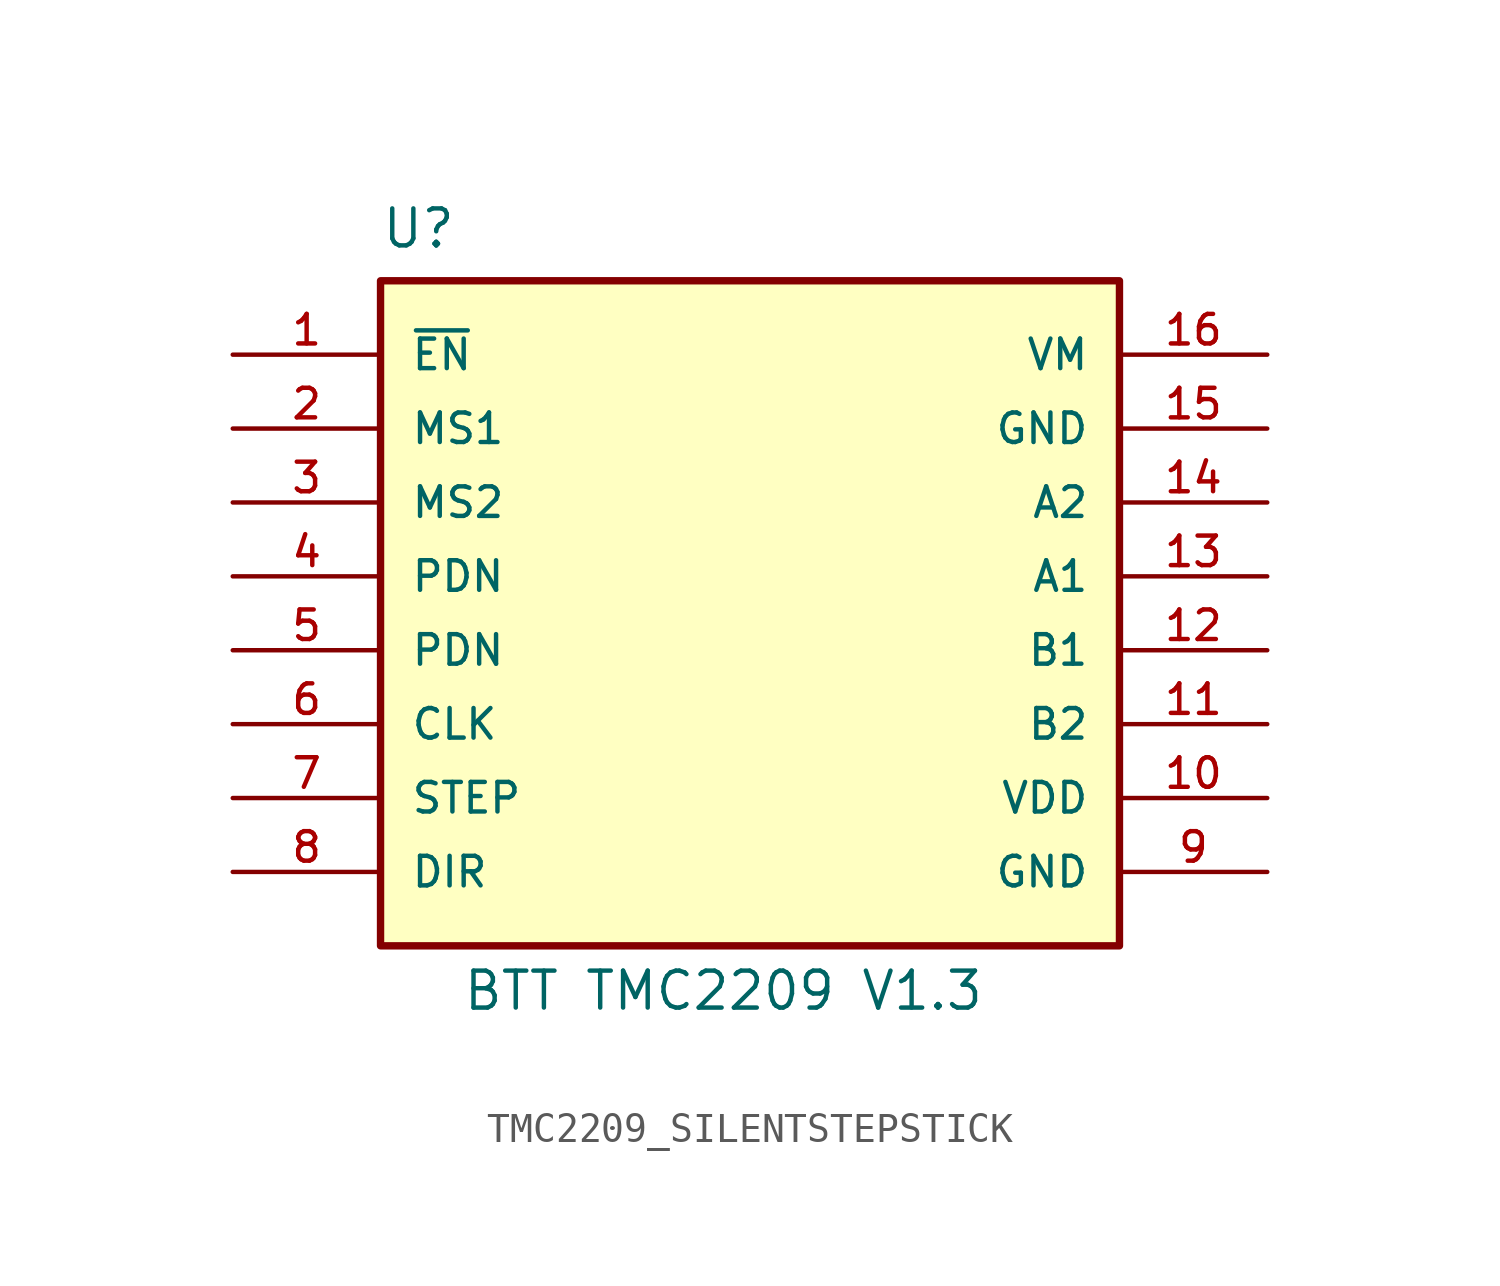
<source format=kicad_sym>
(kicad_symbol_lib
  (version 20231120)
  (generator "kicad_symbol_editor")
  (generator_version "8.0")
  (symbol "TMC2209_SILENTSTEPSTICK"
    (pin_names
      (offset 1.016))
    (property "Reference" "U"
      (at -12.7 22.86 0)
      (effects (font (size 1.27 1.27)) (justify left top)))
    (property "Value" "BTT TMC2209 V1.3"
      (at -9.906 -4.826 0)
      (effects (font (size 1.27 1.27)) (justify left bottom)))
    (symbol "TMC2209_SILENTSTEPSTICK_0_0"
      (rectangle (start -12.7 20.32) (end 12.7 -2.54) (stroke (width 0.254) (type default)) (fill (type background))))
    (symbol "TMC2209_SILENTSTEPSTICK_1_0"
      (pin input line (at -17.78 17.78 0) (length 5.08) (name "~{EN}" (effects (font (size 1.016 1.016)))) (number "1" (effects (font (size 1.016 1.016)))))
      (pin power_in line (at 17.78 2.54 180) (length 5.08) (name "VDD" (effects (font (size 1.016 1.016)))) (number "10" (effects (font (size 1.016 1.016)))))
      (pin output line (at 17.78 5.08 180) (length 5.08) (name "B2" (effects (font (size 1.016 1.016)))) (number "11" (effects (font (size 1.016 1.016)))))
      (pin output line (at 17.78 7.62 180) (length 5.08) (name "B1" (effects (font (size 1.016 1.016)))) (number "12" (effects (font (size 1.016 1.016)))))
      (pin output line (at 17.78 10.16 180) (length 5.08) (name "A1" (effects (font (size 1.016 1.016)))) (number "13" (effects (font (size 1.016 1.016)))))
      (pin output line (at 17.78 12.7 180) (length 5.08) (name "A2" (effects (font (size 1.016 1.016)))) (number "14" (effects (font (size 1.016 1.016)))))
      (pin power_in line (at 17.78 15.24 180) (length 5.08) (name "GND" (effects (font (size 1.016 1.016)))) (number "15" (effects (font (size 1.016 1.016)))))
      (pin power_in line (at 17.78 17.78 180) (length 5.08) (name "VM" (effects (font (size 1.016 1.016)))) (number "16" (effects (font (size 1.016 1.016)))))
      (pin input line (at -17.78 15.24 0) (length 5.08) (name "MS1" (effects (font (size 1.016 1.016)))) (number "2" (effects (font (size 1.016 1.016)))))
      (pin input line (at -17.78 12.7 0) (length 5.08) (name "MS2" (effects (font (size 1.016 1.016)))) (number "3" (effects (font (size 1.016 1.016)))))
      (pin bidirectional line (at -17.78 10.16 0) (length 5.08) (name "PDN" (effects (font (size 1.016 1.016)))) (number "4" (effects (font (size 1.016 1.016)))))
      (pin bidirectional line (at -17.78 7.62 0) (length 5.08) (name "PDN" (effects (font (size 1.016 1.016)))) (number "5" (effects (font (size 1.016 1.016)))))
      (pin bidirectional line (at -17.78 5.08 0) (length 5.08) (name "CLK" (effects (font (size 1.016 1.016)))) (number "6" (effects (font (size 1.016 1.016)))))
      (pin input line (at -17.78 2.54 0) (length 5.08) (name "STEP" (effects (font (size 1.016 1.016)))) (number "7" (effects (font (size 1.016 1.016)))))
      (pin input line (at -17.78 0 0) (length 5.08) (name "DIR" (effects (font (size 1.016 1.016)))) (number "8" (effects (font (size 1.016 1.016)))))
      (pin power_in line (at 17.78 0 180) (length 5.08) (name "GND" (effects (font (size 1.016 1.016)))) (number "9" (effects (font (size 1.016 1.016))))))))
</source>
